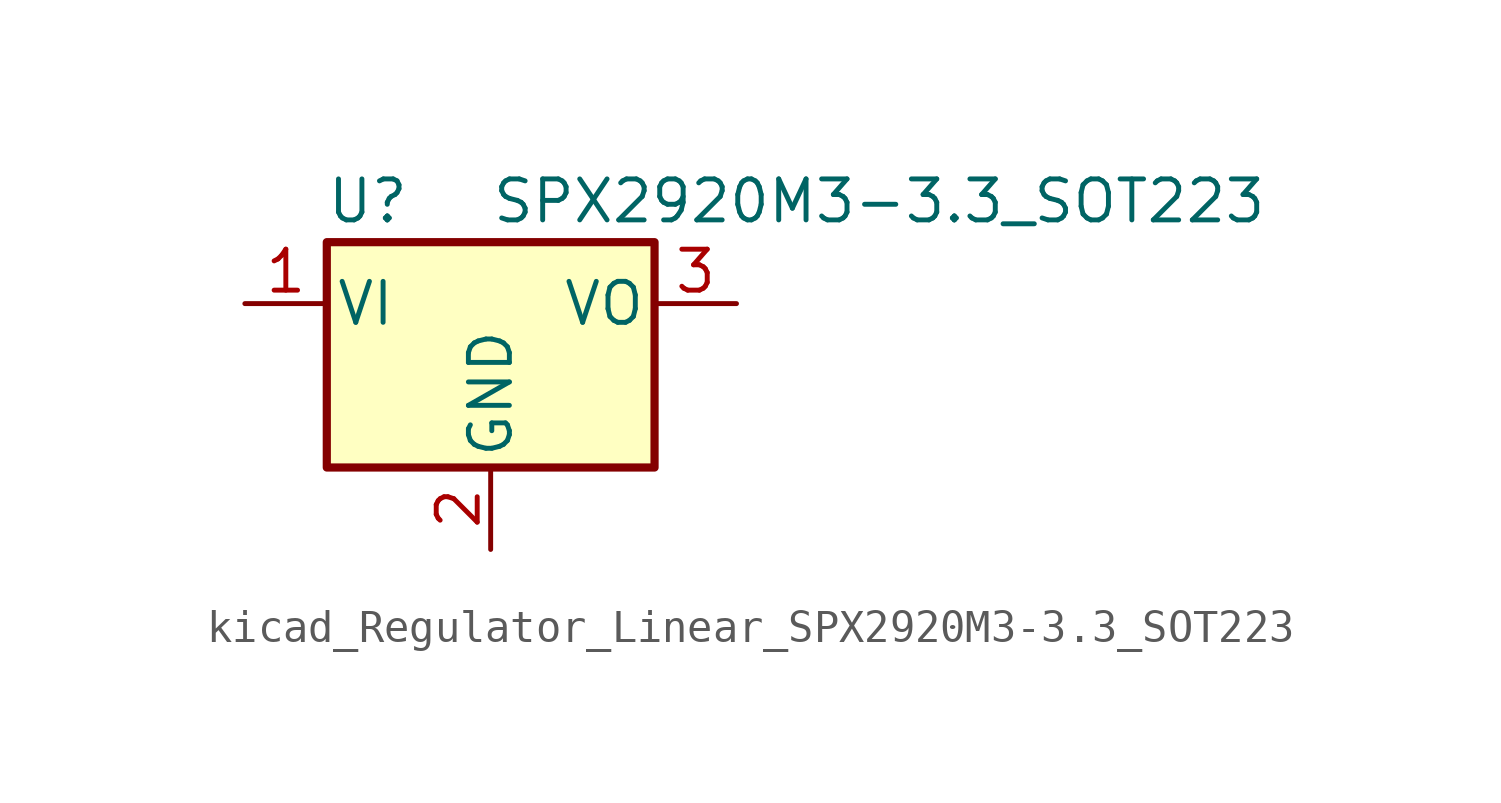
<source format=kicad_sym>
(kicad_symbol_lib
  (version 20220914)
  (generator kicad_symbol_editor)
  (symbol "kicad_Regulator_Linear_SPX2920M3-3.3_SOT223"
    (pin_names
      (offset 0.254))
    (property "Reference" "U"
      (at -3.81 3.175 0)
      (effects (font (size 1.27 1.27))))
    (property "Value" "SPX2920M3-3.3_SOT223"
      (at 0 3.175 0)
      (effects (font (size 1.27 1.27)) (justify left)))
    (symbol "kicad_Regulator_Linear_SPX2920M3-3.3_SOT223_0_1"
      (rectangle (start -5.08 -5.08) (end 5.08 1.905) (stroke (width 0.254) (type default)) (fill (type background))))
    (symbol "kicad_Regulator_Linear_SPX2920M3-3.3_SOT223_1_1"
      (pin power_in line (at -7.62 0 0) (length 2.54) (name "VI" (effects (font (size 1.27 1.27)))) (number "1" (effects (font (size 1.27 1.27)))))
      (pin power_in line (at 0 -7.62 90) (length 2.54) (name "GND" (effects (font (size 1.27 1.27)))) (number "2" (effects (font (size 1.27 1.27)))))
      (pin power_out line (at 7.62 0 180) (length 2.54) (name "VO" (effects (font (size 1.27 1.27)))) (number "3" (effects (font (size 1.27 1.27))))))))
</source>
